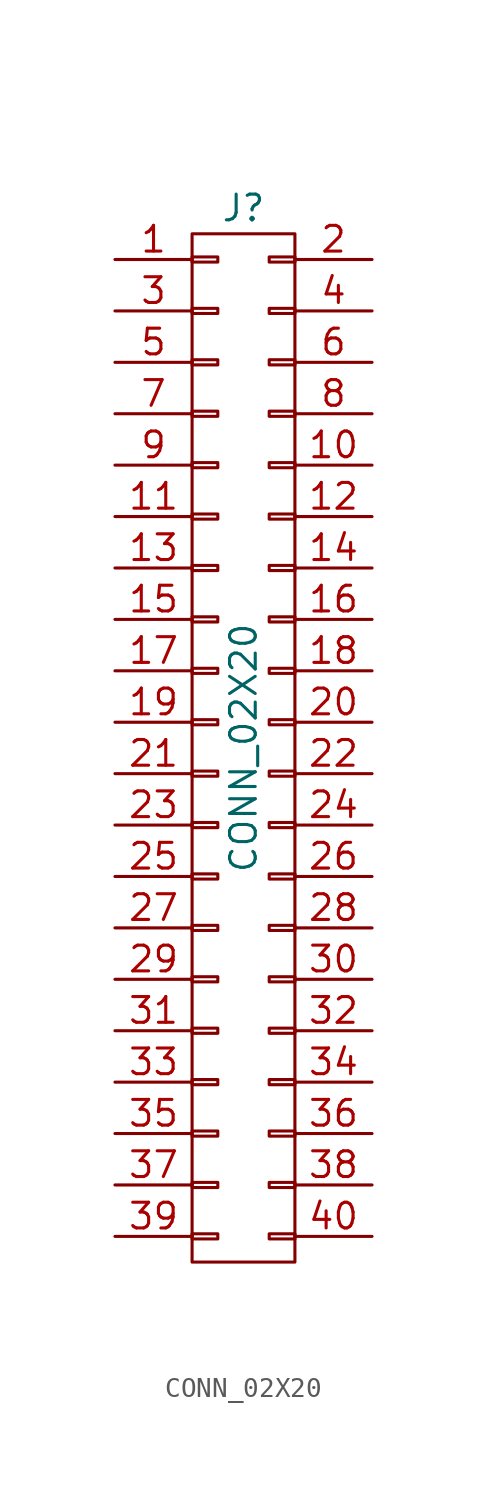
<source format=kicad_sym>
(kicad_symbol_lib
  (version 20211014)
  (generator kicad_symbol_editor)
  (symbol "CONN_02X20"
    (pin_names
      (offset 0.025) hide)
    (property "Reference" "J"
      (at 0 26.67 0)
      (effects (font (size 1.27 1.27))))
    (property "Value" "CONN_02X20"
      (at 0 0 90)
      (effects (font (size 1.27 1.27))))
    (symbol "CONN_02X20_0_1"
      (rectangle (start -2.54 -24.003) (end -1.27 -24.257) (stroke (width 0) (type default) (color 0 0 0 0)) (fill (type none)))
      (rectangle (start -2.54 -21.463) (end -1.27 -21.717) (stroke (width 0) (type default) (color 0 0 0 0)) (fill (type none)))
      (rectangle (start -2.54 -18.923) (end -1.27 -19.177) (stroke (width 0) (type default) (color 0 0 0 0)) (fill (type none)))
      (rectangle (start -2.54 -16.383) (end -1.27 -16.637) (stroke (width 0) (type default) (color 0 0 0 0)) (fill (type none)))
      (rectangle (start -2.54 -13.843) (end -1.27 -14.097) (stroke (width 0) (type default) (color 0 0 0 0)) (fill (type none)))
      (rectangle (start -2.54 -11.303) (end -1.27 -11.557) (stroke (width 0) (type default) (color 0 0 0 0)) (fill (type none)))
      (rectangle (start -2.54 -8.763) (end -1.27 -9.017) (stroke (width 0) (type default) (color 0 0 0 0)) (fill (type none)))
      (rectangle (start -2.54 -6.223) (end -1.27 -6.477) (stroke (width 0) (type default) (color 0 0 0 0)) (fill (type none)))
      (rectangle (start -2.54 -3.683) (end -1.27 -3.937) (stroke (width 0) (type default) (color 0 0 0 0)) (fill (type none)))
      (rectangle (start -2.54 -1.143) (end -1.27 -1.397) (stroke (width 0) (type default) (color 0 0 0 0)) (fill (type none)))
      (rectangle (start -2.54 1.397) (end -1.27 1.143) (stroke (width 0) (type default) (color 0 0 0 0)) (fill (type none)))
      (rectangle (start -2.54 3.937) (end -1.27 3.683) (stroke (width 0) (type default) (color 0 0 0 0)) (fill (type none)))
      (rectangle (start -2.54 6.477) (end -1.27 6.223) (stroke (width 0) (type default) (color 0 0 0 0)) (fill (type none)))
      (rectangle (start -2.54 9.017) (end -1.27 8.763) (stroke (width 0) (type default) (color 0 0 0 0)) (fill (type none)))
      (rectangle (start -2.54 11.557) (end -1.27 11.303) (stroke (width 0) (type default) (color 0 0 0 0)) (fill (type none)))
      (rectangle (start -2.54 14.097) (end -1.27 13.843) (stroke (width 0) (type default) (color 0 0 0 0)) (fill (type none)))
      (rectangle (start -2.54 16.637) (end -1.27 16.383) (stroke (width 0) (type default) (color 0 0 0 0)) (fill (type none)))
      (rectangle (start -2.54 19.177) (end -1.27 18.923) (stroke (width 0) (type default) (color 0 0 0 0)) (fill (type none)))
      (rectangle (start -2.54 21.717) (end -1.27 21.463) (stroke (width 0) (type default) (color 0 0 0 0)) (fill (type none)))
      (rectangle (start -2.54 24.257) (end -1.27 24.003) (stroke (width 0) (type default) (color 0 0 0 0)) (fill (type none)))
      (rectangle (start -2.54 25.4) (end 2.54 -25.4) (stroke (width 0) (type default) (color 0 0 0 0)) (fill (type none)))
      (rectangle (start 1.27 -24.003) (end 2.54 -24.257) (stroke (width 0) (type default) (color 0 0 0 0)) (fill (type none)))
      (rectangle (start 1.27 -21.463) (end 2.54 -21.717) (stroke (width 0) (type default) (color 0 0 0 0)) (fill (type none)))
      (rectangle (start 1.27 -18.923) (end 2.54 -19.177) (stroke (width 0) (type default) (color 0 0 0 0)) (fill (type none)))
      (rectangle (start 1.27 -16.383) (end 2.54 -16.637) (stroke (width 0) (type default) (color 0 0 0 0)) (fill (type none)))
      (rectangle (start 1.27 -13.843) (end 2.54 -14.097) (stroke (width 0) (type default) (color 0 0 0 0)) (fill (type none)))
      (rectangle (start 1.27 -11.303) (end 2.54 -11.557) (stroke (width 0) (type default) (color 0 0 0 0)) (fill (type none)))
      (rectangle (start 1.27 -8.763) (end 2.54 -9.017) (stroke (width 0) (type default) (color 0 0 0 0)) (fill (type none)))
      (rectangle (start 1.27 -6.223) (end 2.54 -6.477) (stroke (width 0) (type default) (color 0 0 0 0)) (fill (type none)))
      (rectangle (start 1.27 -3.683) (end 2.54 -3.937) (stroke (width 0) (type default) (color 0 0 0 0)) (fill (type none)))
      (rectangle (start 1.27 -1.143) (end 2.54 -1.397) (stroke (width 0) (type default) (color 0 0 0 0)) (fill (type none)))
      (rectangle (start 1.27 1.397) (end 2.54 1.143) (stroke (width 0) (type default) (color 0 0 0 0)) (fill (type none)))
      (rectangle (start 1.27 3.937) (end 2.54 3.683) (stroke (width 0) (type default) (color 0 0 0 0)) (fill (type none)))
      (rectangle (start 1.27 6.477) (end 2.54 6.223) (stroke (width 0) (type default) (color 0 0 0 0)) (fill (type none)))
      (rectangle (start 1.27 9.017) (end 2.54 8.763) (stroke (width 0) (type default) (color 0 0 0 0)) (fill (type none)))
      (rectangle (start 1.27 11.557) (end 2.54 11.303) (stroke (width 0) (type default) (color 0 0 0 0)) (fill (type none)))
      (rectangle (start 1.27 14.097) (end 2.54 13.843) (stroke (width 0) (type default) (color 0 0 0 0)) (fill (type none)))
      (rectangle (start 1.27 16.637) (end 2.54 16.383) (stroke (width 0) (type default) (color 0 0 0 0)) (fill (type none)))
      (rectangle (start 1.27 19.177) (end 2.54 18.923) (stroke (width 0) (type default) (color 0 0 0 0)) (fill (type none)))
      (rectangle (start 1.27 21.717) (end 2.54 21.463) (stroke (width 0) (type default) (color 0 0 0 0)) (fill (type none)))
      (rectangle (start 1.27 24.257) (end 2.54 24.003) (stroke (width 0) (type default) (color 0 0 0 0)) (fill (type none))))
    (symbol "CONN_02X20_1_1"
      (pin passive line (at -6.35 24.13 0) (length 3.81) (name "P1" (effects (font (size 1.27 1.27)))) (number "1" (effects (font (size 1.27 1.27)))))
      (pin passive line (at 6.35 13.97 180) (length 3.81) (name "P10" (effects (font (size 1.27 1.27)))) (number "10" (effects (font (size 1.27 1.27)))))
      (pin passive line (at -6.35 11.43 0) (length 3.81) (name "P11" (effects (font (size 1.27 1.27)))) (number "11" (effects (font (size 1.27 1.27)))))
      (pin passive line (at 6.35 11.43 180) (length 3.81) (name "P12" (effects (font (size 1.27 1.27)))) (number "12" (effects (font (size 1.27 1.27)))))
      (pin passive line (at -6.35 8.89 0) (length 3.81) (name "P13" (effects (font (size 1.27 1.27)))) (number "13" (effects (font (size 1.27 1.27)))))
      (pin passive line (at 6.35 8.89 180) (length 3.81) (name "P14" (effects (font (size 1.27 1.27)))) (number "14" (effects (font (size 1.27 1.27)))))
      (pin passive line (at -6.35 6.35 0) (length 3.81) (name "P15" (effects (font (size 1.27 1.27)))) (number "15" (effects (font (size 1.27 1.27)))))
      (pin passive line (at 6.35 6.35 180) (length 3.81) (name "P16" (effects (font (size 1.27 1.27)))) (number "16" (effects (font (size 1.27 1.27)))))
      (pin passive line (at -6.35 3.81 0) (length 3.81) (name "P17" (effects (font (size 1.27 1.27)))) (number "17" (effects (font (size 1.27 1.27)))))
      (pin passive line (at 6.35 3.81 180) (length 3.81) (name "P18" (effects (font (size 1.27 1.27)))) (number "18" (effects (font (size 1.27 1.27)))))
      (pin passive line (at -6.35 1.27 0) (length 3.81) (name "P19" (effects (font (size 1.27 1.27)))) (number "19" (effects (font (size 1.27 1.27)))))
      (pin passive line (at 6.35 24.13 180) (length 3.81) (name "P2" (effects (font (size 1.27 1.27)))) (number "2" (effects (font (size 1.27 1.27)))))
      (pin passive line (at 6.35 1.27 180) (length 3.81) (name "P20" (effects (font (size 1.27 1.27)))) (number "20" (effects (font (size 1.27 1.27)))))
      (pin passive line (at -6.35 -1.27 0) (length 3.81) (name "P21" (effects (font (size 1.27 1.27)))) (number "21" (effects (font (size 1.27 1.27)))))
      (pin passive line (at 6.35 -1.27 180) (length 3.81) (name "P22" (effects (font (size 1.27 1.27)))) (number "22" (effects (font (size 1.27 1.27)))))
      (pin passive line (at -6.35 -3.81 0) (length 3.81) (name "P23" (effects (font (size 1.27 1.27)))) (number "23" (effects (font (size 1.27 1.27)))))
      (pin passive line (at 6.35 -3.81 180) (length 3.81) (name "P24" (effects (font (size 1.27 1.27)))) (number "24" (effects (font (size 1.27 1.27)))))
      (pin passive line (at -6.35 -6.35 0) (length 3.81) (name "P25" (effects (font (size 1.27 1.27)))) (number "25" (effects (font (size 1.27 1.27)))))
      (pin passive line (at 6.35 -6.35 180) (length 3.81) (name "P26" (effects (font (size 1.27 1.27)))) (number "26" (effects (font (size 1.27 1.27)))))
      (pin passive line (at -6.35 -8.89 0) (length 3.81) (name "P27" (effects (font (size 1.27 1.27)))) (number "27" (effects (font (size 1.27 1.27)))))
      (pin passive line (at 6.35 -8.89 180) (length 3.81) (name "P28" (effects (font (size 1.27 1.27)))) (number "28" (effects (font (size 1.27 1.27)))))
      (pin passive line (at -6.35 -11.43 0) (length 3.81) (name "P29" (effects (font (size 1.27 1.27)))) (number "29" (effects (font (size 1.27 1.27)))))
      (pin passive line (at -6.35 21.59 0) (length 3.81) (name "P3" (effects (font (size 1.27 1.27)))) (number "3" (effects (font (size 1.27 1.27)))))
      (pin passive line (at 6.35 -11.43 180) (length 3.81) (name "P30" (effects (font (size 1.27 1.27)))) (number "30" (effects (font (size 1.27 1.27)))))
      (pin passive line (at -6.35 -13.97 0) (length 3.81) (name "P31" (effects (font (size 1.27 1.27)))) (number "31" (effects (font (size 1.27 1.27)))))
      (pin passive line (at 6.35 -13.97 180) (length 3.81) (name "P32" (effects (font (size 1.27 1.27)))) (number "32" (effects (font (size 1.27 1.27)))))
      (pin passive line (at -6.35 -16.51 0) (length 3.81) (name "P33" (effects (font (size 1.27 1.27)))) (number "33" (effects (font (size 1.27 1.27)))))
      (pin passive line (at 6.35 -16.51 180) (length 3.81) (name "P34" (effects (font (size 1.27 1.27)))) (number "34" (effects (font (size 1.27 1.27)))))
      (pin passive line (at -6.35 -19.05 0) (length 3.81) (name "P35" (effects (font (size 1.27 1.27)))) (number "35" (effects (font (size 1.27 1.27)))))
      (pin passive line (at 6.35 -19.05 180) (length 3.81) (name "P36" (effects (font (size 1.27 1.27)))) (number "36" (effects (font (size 1.27 1.27)))))
      (pin passive line (at -6.35 -21.59 0) (length 3.81) (name "P37" (effects (font (size 1.27 1.27)))) (number "37" (effects (font (size 1.27 1.27)))))
      (pin passive line (at 6.35 -21.59 180) (length 3.81) (name "P38" (effects (font (size 1.27 1.27)))) (number "38" (effects (font (size 1.27 1.27)))))
      (pin passive line (at -6.35 -24.13 0) (length 3.81) (name "P39" (effects (font (size 1.27 1.27)))) (number "39" (effects (font (size 1.27 1.27)))))
      (pin passive line (at 6.35 21.59 180) (length 3.81) (name "P4" (effects (font (size 1.27 1.27)))) (number "4" (effects (font (size 1.27 1.27)))))
      (pin passive line (at 6.35 -24.13 180) (length 3.81) (name "P40" (effects (font (size 1.27 1.27)))) (number "40" (effects (font (size 1.27 1.27)))))
      (pin passive line (at -6.35 19.05 0) (length 3.81) (name "P5" (effects (font (size 1.27 1.27)))) (number "5" (effects (font (size 1.27 1.27)))))
      (pin passive line (at 6.35 19.05 180) (length 3.81) (name "P6" (effects (font (size 1.27 1.27)))) (number "6" (effects (font (size 1.27 1.27)))))
      (pin passive line (at -6.35 16.51 0) (length 3.81) (name "P7" (effects (font (size 1.27 1.27)))) (number "7" (effects (font (size 1.27 1.27)))))
      (pin passive line (at 6.35 16.51 180) (length 3.81) (name "P8" (effects (font (size 1.27 1.27)))) (number "8" (effects (font (size 1.27 1.27)))))
      (pin passive line (at -6.35 13.97 0) (length 3.81) (name "P9" (effects (font (size 1.27 1.27)))) (number "9" (effects (font (size 1.27 1.27))))))))
</source>
